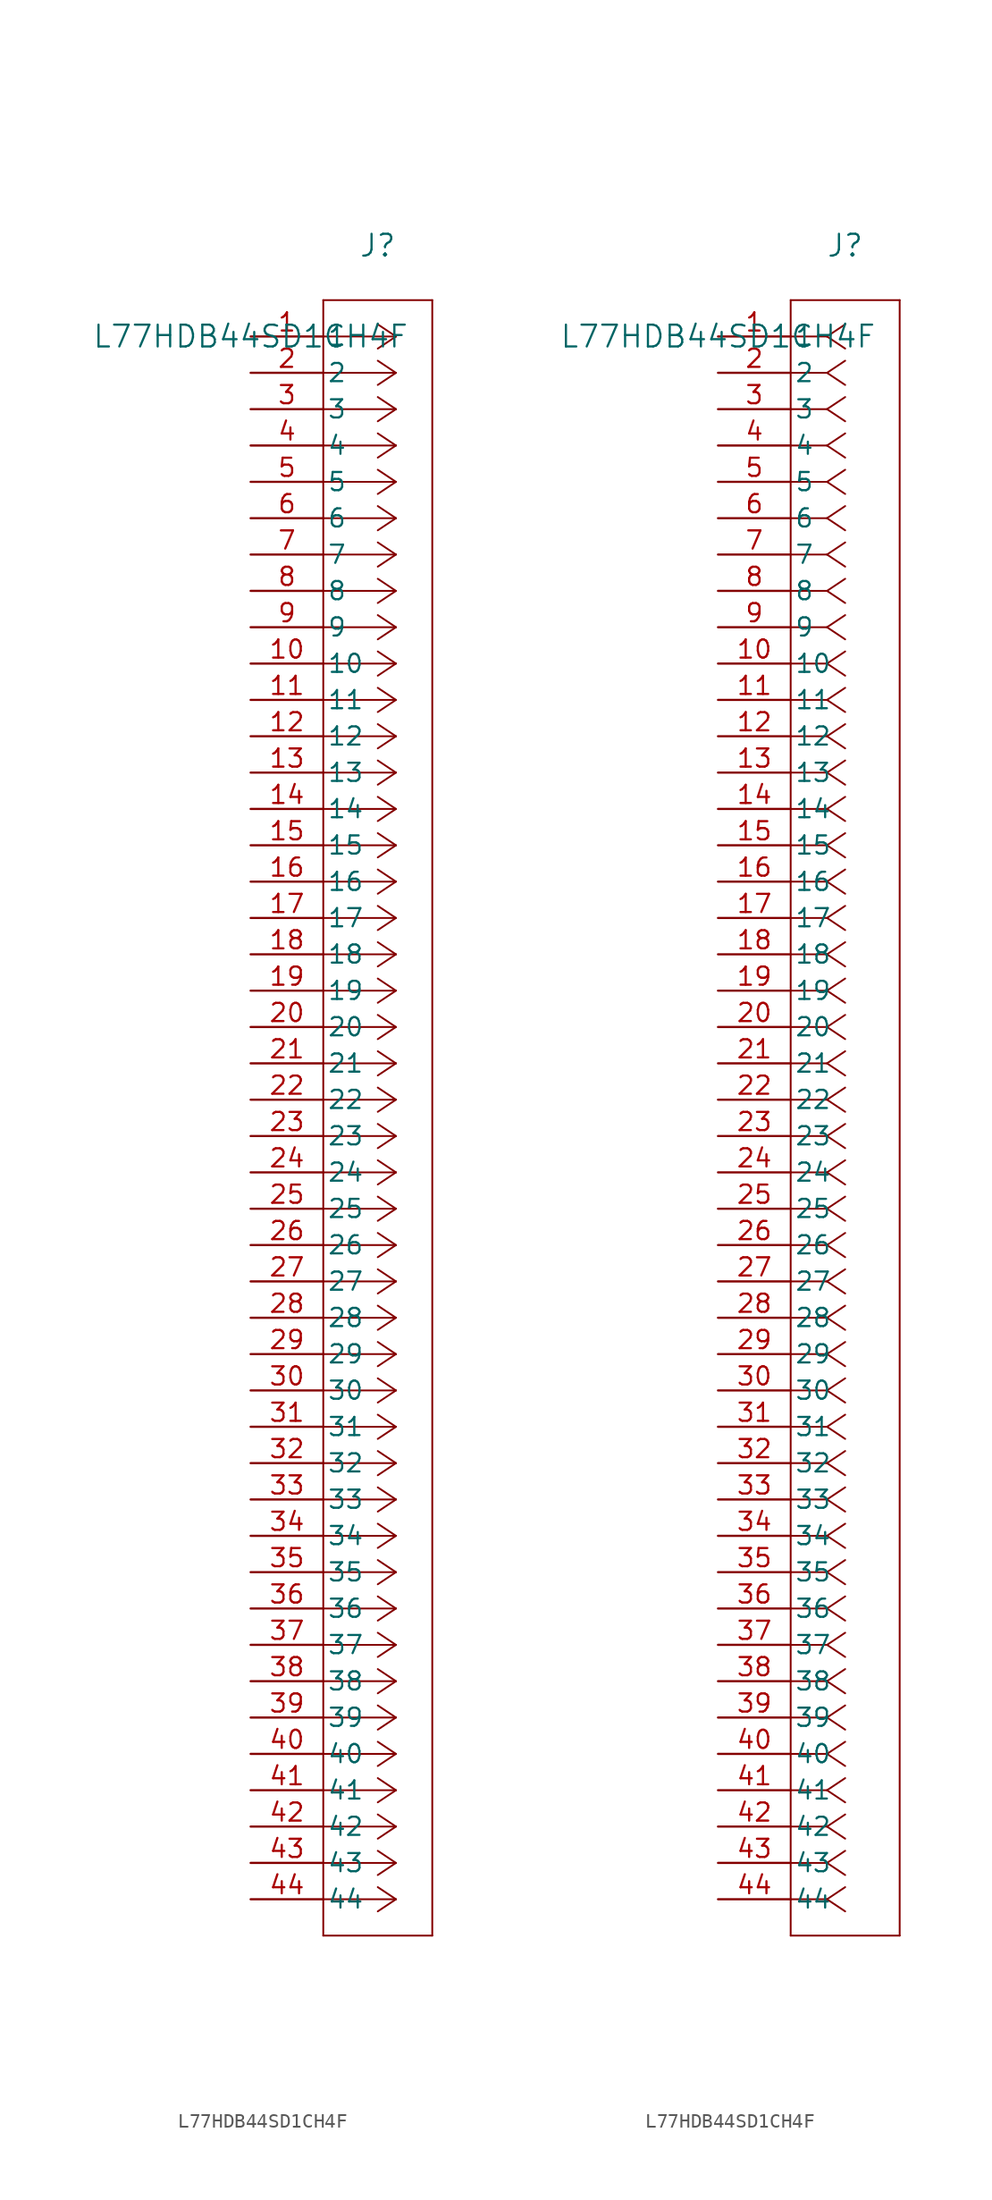
<source format=kicad_sym>
(kicad_symbol_lib
  (version 20211014)
  (generator kicad_symbol_editor)
  (symbol "L77HDB44SD1CH4F"
    (pin_names
      (offset 0.254))
    (property "Reference" "J"
      (at 8.89 6.35 0)
      (effects (font (size 1.524 1.524))))
    (property "Value" "L77HDB44SD1CH4F"
      (at 0 0 0)
      (effects (font (size 1.524 1.524))))
    (symbol "L77HDB44SD1CH4F_1_1"
      (polyline (pts (xy 10.16 0) (xy 5.08 0)) (stroke (width 0.127) (type default) (color 0 0 0 0)) (fill (type none)))
      (polyline (pts (xy 10.16 -2.54) (xy 5.08 -2.54)) (stroke (width 0.127) (type default) (color 0 0 0 0)) (fill (type none)))
      (polyline (pts (xy 10.16 -5.08) (xy 5.08 -5.08)) (stroke (width 0.127) (type default) (color 0 0 0 0)) (fill (type none)))
      (polyline (pts (xy 10.16 -7.62) (xy 5.08 -7.62)) (stroke (width 0.127) (type default) (color 0 0 0 0)) (fill (type none)))
      (polyline (pts (xy 10.16 -10.16) (xy 5.08 -10.16)) (stroke (width 0.127) (type default) (color 0 0 0 0)) (fill (type none)))
      (polyline (pts (xy 10.16 -12.7) (xy 5.08 -12.7)) (stroke (width 0.127) (type default) (color 0 0 0 0)) (fill (type none)))
      (polyline (pts (xy 10.16 -15.24) (xy 5.08 -15.24)) (stroke (width 0.127) (type default) (color 0 0 0 0)) (fill (type none)))
      (polyline (pts (xy 10.16 -17.78) (xy 5.08 -17.78)) (stroke (width 0.127) (type default) (color 0 0 0 0)) (fill (type none)))
      (polyline (pts (xy 10.16 -20.32) (xy 5.08 -20.32)) (stroke (width 0.127) (type default) (color 0 0 0 0)) (fill (type none)))
      (polyline (pts (xy 10.16 -22.86) (xy 5.08 -22.86)) (stroke (width 0.127) (type default) (color 0 0 0 0)) (fill (type none)))
      (polyline (pts (xy 10.16 -25.4) (xy 5.08 -25.4)) (stroke (width 0.127) (type default) (color 0 0 0 0)) (fill (type none)))
      (polyline (pts (xy 10.16 -27.94) (xy 5.08 -27.94)) (stroke (width 0.127) (type default) (color 0 0 0 0)) (fill (type none)))
      (polyline (pts (xy 10.16 -30.48) (xy 5.08 -30.48)) (stroke (width 0.127) (type default) (color 0 0 0 0)) (fill (type none)))
      (polyline (pts (xy 10.16 -33.02) (xy 5.08 -33.02)) (stroke (width 0.127) (type default) (color 0 0 0 0)) (fill (type none)))
      (polyline (pts (xy 10.16 -35.56) (xy 5.08 -35.56)) (stroke (width 0.127) (type default) (color 0 0 0 0)) (fill (type none)))
      (polyline (pts (xy 10.16 -38.1) (xy 5.08 -38.1)) (stroke (width 0.127) (type default) (color 0 0 0 0)) (fill (type none)))
      (polyline (pts (xy 10.16 -40.64) (xy 5.08 -40.64)) (stroke (width 0.127) (type default) (color 0 0 0 0)) (fill (type none)))
      (polyline (pts (xy 10.16 -43.18) (xy 5.08 -43.18)) (stroke (width 0.127) (type default) (color 0 0 0 0)) (fill (type none)))
      (polyline (pts (xy 10.16 -45.72) (xy 5.08 -45.72)) (stroke (width 0.127) (type default) (color 0 0 0 0)) (fill (type none)))
      (polyline (pts (xy 10.16 -48.26) (xy 5.08 -48.26)) (stroke (width 0.127) (type default) (color 0 0 0 0)) (fill (type none)))
      (polyline (pts (xy 10.16 -50.8) (xy 5.08 -50.8)) (stroke (width 0.127) (type default) (color 0 0 0 0)) (fill (type none)))
      (polyline (pts (xy 10.16 -53.34) (xy 5.08 -53.34)) (stroke (width 0.127) (type default) (color 0 0 0 0)) (fill (type none)))
      (polyline (pts (xy 10.16 -55.88) (xy 5.08 -55.88)) (stroke (width 0.127) (type default) (color 0 0 0 0)) (fill (type none)))
      (polyline (pts (xy 10.16 -58.42) (xy 5.08 -58.42)) (stroke (width 0.127) (type default) (color 0 0 0 0)) (fill (type none)))
      (polyline (pts (xy 10.16 -60.96) (xy 5.08 -60.96)) (stroke (width 0.127) (type default) (color 0 0 0 0)) (fill (type none)))
      (polyline (pts (xy 10.16 -63.5) (xy 5.08 -63.5)) (stroke (width 0.127) (type default) (color 0 0 0 0)) (fill (type none)))
      (polyline (pts (xy 10.16 -66.04) (xy 5.08 -66.04)) (stroke (width 0.127) (type default) (color 0 0 0 0)) (fill (type none)))
      (polyline (pts (xy 10.16 -68.58) (xy 5.08 -68.58)) (stroke (width 0.127) (type default) (color 0 0 0 0)) (fill (type none)))
      (polyline (pts (xy 10.16 -71.12) (xy 5.08 -71.12)) (stroke (width 0.127) (type default) (color 0 0 0 0)) (fill (type none)))
      (polyline (pts (xy 10.16 -73.66) (xy 5.08 -73.66)) (stroke (width 0.127) (type default) (color 0 0 0 0)) (fill (type none)))
      (polyline (pts (xy 10.16 -76.2) (xy 5.08 -76.2)) (stroke (width 0.127) (type default) (color 0 0 0 0)) (fill (type none)))
      (polyline (pts (xy 10.16 -78.74) (xy 5.08 -78.74)) (stroke (width 0.127) (type default) (color 0 0 0 0)) (fill (type none)))
      (polyline (pts (xy 10.16 -81.28) (xy 5.08 -81.28)) (stroke (width 0.127) (type default) (color 0 0 0 0)) (fill (type none)))
      (polyline (pts (xy 10.16 -83.82) (xy 5.08 -83.82)) (stroke (width 0.127) (type default) (color 0 0 0 0)) (fill (type none)))
      (polyline (pts (xy 10.16 -86.36) (xy 5.08 -86.36)) (stroke (width 0.127) (type default) (color 0 0 0 0)) (fill (type none)))
      (polyline (pts (xy 10.16 -88.9) (xy 5.08 -88.9)) (stroke (width 0.127) (type default) (color 0 0 0 0)) (fill (type none)))
      (polyline (pts (xy 10.16 -91.44) (xy 5.08 -91.44)) (stroke (width 0.127) (type default) (color 0 0 0 0)) (fill (type none)))
      (polyline (pts (xy 10.16 -93.98) (xy 5.08 -93.98)) (stroke (width 0.127) (type default) (color 0 0 0 0)) (fill (type none)))
      (polyline (pts (xy 10.16 -96.52) (xy 5.08 -96.52)) (stroke (width 0.127) (type default) (color 0 0 0 0)) (fill (type none)))
      (polyline (pts (xy 10.16 -99.06) (xy 5.08 -99.06)) (stroke (width 0.127) (type default) (color 0 0 0 0)) (fill (type none)))
      (polyline (pts (xy 10.16 -101.6) (xy 5.08 -101.6)) (stroke (width 0.127) (type default) (color 0 0 0 0)) (fill (type none)))
      (polyline (pts (xy 10.16 -104.14) (xy 5.08 -104.14)) (stroke (width 0.127) (type default) (color 0 0 0 0)) (fill (type none)))
      (polyline (pts (xy 10.16 -106.68) (xy 5.08 -106.68)) (stroke (width 0.127) (type default) (color 0 0 0 0)) (fill (type none)))
      (polyline (pts (xy 10.16 -109.22) (xy 5.08 -109.22)) (stroke (width 0.127) (type default) (color 0 0 0 0)) (fill (type none)))
      (polyline (pts (xy 10.16 0) (xy 8.89 0.847)) (stroke (width 0.127) (type default) (color 0 0 0 0)) (fill (type none)))
      (polyline (pts (xy 10.16 -2.54) (xy 8.89 -1.693)) (stroke (width 0.127) (type default) (color 0 0 0 0)) (fill (type none)))
      (polyline (pts (xy 10.16 -5.08) (xy 8.89 -4.233)) (stroke (width 0.127) (type default) (color 0 0 0 0)) (fill (type none)))
      (polyline (pts (xy 10.16 -7.62) (xy 8.89 -6.773)) (stroke (width 0.127) (type default) (color 0 0 0 0)) (fill (type none)))
      (polyline (pts (xy 10.16 -10.16) (xy 8.89 -9.313)) (stroke (width 0.127) (type default) (color 0 0 0 0)) (fill (type none)))
      (polyline (pts (xy 10.16 -12.7) (xy 8.89 -11.853)) (stroke (width 0.127) (type default) (color 0 0 0 0)) (fill (type none)))
      (polyline (pts (xy 10.16 -15.24) (xy 8.89 -14.393)) (stroke (width 0.127) (type default) (color 0 0 0 0)) (fill (type none)))
      (polyline (pts (xy 10.16 -17.78) (xy 8.89 -16.933)) (stroke (width 0.127) (type default) (color 0 0 0 0)) (fill (type none)))
      (polyline (pts (xy 10.16 -20.32) (xy 8.89 -19.473)) (stroke (width 0.127) (type default) (color 0 0 0 0)) (fill (type none)))
      (polyline (pts (xy 10.16 -22.86) (xy 8.89 -22.013)) (stroke (width 0.127) (type default) (color 0 0 0 0)) (fill (type none)))
      (polyline (pts (xy 10.16 -25.4) (xy 8.89 -24.553)) (stroke (width 0.127) (type default) (color 0 0 0 0)) (fill (type none)))
      (polyline (pts (xy 10.16 -27.94) (xy 8.89 -27.093)) (stroke (width 0.127) (type default) (color 0 0 0 0)) (fill (type none)))
      (polyline (pts (xy 10.16 -30.48) (xy 8.89 -29.633)) (stroke (width 0.127) (type default) (color 0 0 0 0)) (fill (type none)))
      (polyline (pts (xy 10.16 -33.02) (xy 8.89 -32.173)) (stroke (width 0.127) (type default) (color 0 0 0 0)) (fill (type none)))
      (polyline (pts (xy 10.16 -35.56) (xy 8.89 -34.713)) (stroke (width 0.127) (type default) (color 0 0 0 0)) (fill (type none)))
      (polyline (pts (xy 10.16 -38.1) (xy 8.89 -37.253)) (stroke (width 0.127) (type default) (color 0 0 0 0)) (fill (type none)))
      (polyline (pts (xy 10.16 -40.64) (xy 8.89 -39.793)) (stroke (width 0.127) (type default) (color 0 0 0 0)) (fill (type none)))
      (polyline (pts (xy 10.16 -43.18) (xy 8.89 -42.333)) (stroke (width 0.127) (type default) (color 0 0 0 0)) (fill (type none)))
      (polyline (pts (xy 10.16 -45.72) (xy 8.89 -44.873)) (stroke (width 0.127) (type default) (color 0 0 0 0)) (fill (type none)))
      (polyline (pts (xy 10.16 -48.26) (xy 8.89 -47.413)) (stroke (width 0.127) (type default) (color 0 0 0 0)) (fill (type none)))
      (polyline (pts (xy 10.16 -50.8) (xy 8.89 -49.953)) (stroke (width 0.127) (type default) (color 0 0 0 0)) (fill (type none)))
      (polyline (pts (xy 10.16 -53.34) (xy 8.89 -52.493)) (stroke (width 0.127) (type default) (color 0 0 0 0)) (fill (type none)))
      (polyline (pts (xy 10.16 -55.88) (xy 8.89 -55.033)) (stroke (width 0.127) (type default) (color 0 0 0 0)) (fill (type none)))
      (polyline (pts (xy 10.16 -58.42) (xy 8.89 -57.573)) (stroke (width 0.127) (type default) (color 0 0 0 0)) (fill (type none)))
      (polyline (pts (xy 10.16 -60.96) (xy 8.89 -60.113)) (stroke (width 0.127) (type default) (color 0 0 0 0)) (fill (type none)))
      (polyline (pts (xy 10.16 -63.5) (xy 8.89 -62.653)) (stroke (width 0.127) (type default) (color 0 0 0 0)) (fill (type none)))
      (polyline (pts (xy 10.16 -66.04) (xy 8.89 -65.193)) (stroke (width 0.127) (type default) (color 0 0 0 0)) (fill (type none)))
      (polyline (pts (xy 10.16 -68.58) (xy 8.89 -67.733)) (stroke (width 0.127) (type default) (color 0 0 0 0)) (fill (type none)))
      (polyline (pts (xy 10.16 -71.12) (xy 8.89 -70.273)) (stroke (width 0.127) (type default) (color 0 0 0 0)) (fill (type none)))
      (polyline (pts (xy 10.16 -73.66) (xy 8.89 -72.813)) (stroke (width 0.127) (type default) (color 0 0 0 0)) (fill (type none)))
      (polyline (pts (xy 10.16 -76.2) (xy 8.89 -75.353)) (stroke (width 0.127) (type default) (color 0 0 0 0)) (fill (type none)))
      (polyline (pts (xy 10.16 -78.74) (xy 8.89 -77.893)) (stroke (width 0.127) (type default) (color 0 0 0 0)) (fill (type none)))
      (polyline (pts (xy 10.16 -81.28) (xy 8.89 -80.433)) (stroke (width 0.127) (type default) (color 0 0 0 0)) (fill (type none)))
      (polyline (pts (xy 10.16 -83.82) (xy 8.89 -82.973)) (stroke (width 0.127) (type default) (color 0 0 0 0)) (fill (type none)))
      (polyline (pts (xy 10.16 -86.36) (xy 8.89 -85.513)) (stroke (width 0.127) (type default) (color 0 0 0 0)) (fill (type none)))
      (polyline (pts (xy 10.16 -88.9) (xy 8.89 -88.053)) (stroke (width 0.127) (type default) (color 0 0 0 0)) (fill (type none)))
      (polyline (pts (xy 10.16 -91.44) (xy 8.89 -90.593)) (stroke (width 0.127) (type default) (color 0 0 0 0)) (fill (type none)))
      (polyline (pts (xy 10.16 -93.98) (xy 8.89 -93.133)) (stroke (width 0.127) (type default) (color 0 0 0 0)) (fill (type none)))
      (polyline (pts (xy 10.16 -96.52) (xy 8.89 -95.673)) (stroke (width 0.127) (type default) (color 0 0 0 0)) (fill (type none)))
      (polyline (pts (xy 10.16 -99.06) (xy 8.89 -98.213)) (stroke (width 0.127) (type default) (color 0 0 0 0)) (fill (type none)))
      (polyline (pts (xy 10.16 -101.6) (xy 8.89 -100.753)) (stroke (width 0.127) (type default) (color 0 0 0 0)) (fill (type none)))
      (polyline (pts (xy 10.16 -104.14) (xy 8.89 -103.293)) (stroke (width 0.127) (type default) (color 0 0 0 0)) (fill (type none)))
      (polyline (pts (xy 10.16 -106.68) (xy 8.89 -105.833)) (stroke (width 0.127) (type default) (color 0 0 0 0)) (fill (type none)))
      (polyline (pts (xy 10.16 -109.22) (xy 8.89 -108.373)) (stroke (width 0.127) (type default) (color 0 0 0 0)) (fill (type none)))
      (polyline (pts (xy 10.16 0) (xy 8.89 -0.847)) (stroke (width 0.127) (type default) (color 0 0 0 0)) (fill (type none)))
      (polyline (pts (xy 10.16 -2.54) (xy 8.89 -3.387)) (stroke (width 0.127) (type default) (color 0 0 0 0)) (fill (type none)))
      (polyline (pts (xy 10.16 -5.08) (xy 8.89 -5.927)) (stroke (width 0.127) (type default) (color 0 0 0 0)) (fill (type none)))
      (polyline (pts (xy 10.16 -7.62) (xy 8.89 -8.467)) (stroke (width 0.127) (type default) (color 0 0 0 0)) (fill (type none)))
      (polyline (pts (xy 10.16 -10.16) (xy 8.89 -11.007)) (stroke (width 0.127) (type default) (color 0 0 0 0)) (fill (type none)))
      (polyline (pts (xy 10.16 -12.7) (xy 8.89 -13.547)) (stroke (width 0.127) (type default) (color 0 0 0 0)) (fill (type none)))
      (polyline (pts (xy 10.16 -15.24) (xy 8.89 -16.087)) (stroke (width 0.127) (type default) (color 0 0 0 0)) (fill (type none)))
      (polyline (pts (xy 10.16 -17.78) (xy 8.89 -18.627)) (stroke (width 0.127) (type default) (color 0 0 0 0)) (fill (type none)))
      (polyline (pts (xy 10.16 -20.32) (xy 8.89 -21.167)) (stroke (width 0.127) (type default) (color 0 0 0 0)) (fill (type none)))
      (polyline (pts (xy 10.16 -22.86) (xy 8.89 -23.707)) (stroke (width 0.127) (type default) (color 0 0 0 0)) (fill (type none)))
      (polyline (pts (xy 10.16 -25.4) (xy 8.89 -26.247)) (stroke (width 0.127) (type default) (color 0 0 0 0)) (fill (type none)))
      (polyline (pts (xy 10.16 -27.94) (xy 8.89 -28.787)) (stroke (width 0.127) (type default) (color 0 0 0 0)) (fill (type none)))
      (polyline (pts (xy 10.16 -30.48) (xy 8.89 -31.327)) (stroke (width 0.127) (type default) (color 0 0 0 0)) (fill (type none)))
      (polyline (pts (xy 10.16 -33.02) (xy 8.89 -33.867)) (stroke (width 0.127) (type default) (color 0 0 0 0)) (fill (type none)))
      (polyline (pts (xy 10.16 -35.56) (xy 8.89 -36.407)) (stroke (width 0.127) (type default) (color 0 0 0 0)) (fill (type none)))
      (polyline (pts (xy 10.16 -38.1) (xy 8.89 -38.947)) (stroke (width 0.127) (type default) (color 0 0 0 0)) (fill (type none)))
      (polyline (pts (xy 10.16 -40.64) (xy 8.89 -41.487)) (stroke (width 0.127) (type default) (color 0 0 0 0)) (fill (type none)))
      (polyline (pts (xy 10.16 -43.18) (xy 8.89 -44.027)) (stroke (width 0.127) (type default) (color 0 0 0 0)) (fill (type none)))
      (polyline (pts (xy 10.16 -45.72) (xy 8.89 -46.567)) (stroke (width 0.127) (type default) (color 0 0 0 0)) (fill (type none)))
      (polyline (pts (xy 10.16 -48.26) (xy 8.89 -49.107)) (stroke (width 0.127) (type default) (color 0 0 0 0)) (fill (type none)))
      (polyline (pts (xy 10.16 -50.8) (xy 8.89 -51.647)) (stroke (width 0.127) (type default) (color 0 0 0 0)) (fill (type none)))
      (polyline (pts (xy 10.16 -53.34) (xy 8.89 -54.187)) (stroke (width 0.127) (type default) (color 0 0 0 0)) (fill (type none)))
      (polyline (pts (xy 10.16 -55.88) (xy 8.89 -56.727)) (stroke (width 0.127) (type default) (color 0 0 0 0)) (fill (type none)))
      (polyline (pts (xy 10.16 -58.42) (xy 8.89 -59.267)) (stroke (width 0.127) (type default) (color 0 0 0 0)) (fill (type none)))
      (polyline (pts (xy 10.16 -60.96) (xy 8.89 -61.807)) (stroke (width 0.127) (type default) (color 0 0 0 0)) (fill (type none)))
      (polyline (pts (xy 10.16 -63.5) (xy 8.89 -64.347)) (stroke (width 0.127) (type default) (color 0 0 0 0)) (fill (type none)))
      (polyline (pts (xy 10.16 -66.04) (xy 8.89 -66.887)) (stroke (width 0.127) (type default) (color 0 0 0 0)) (fill (type none)))
      (polyline (pts (xy 10.16 -68.58) (xy 8.89 -69.427)) (stroke (width 0.127) (type default) (color 0 0 0 0)) (fill (type none)))
      (polyline (pts (xy 10.16 -71.12) (xy 8.89 -71.967)) (stroke (width 0.127) (type default) (color 0 0 0 0)) (fill (type none)))
      (polyline (pts (xy 10.16 -73.66) (xy 8.89 -74.507)) (stroke (width 0.127) (type default) (color 0 0 0 0)) (fill (type none)))
      (polyline (pts (xy 10.16 -76.2) (xy 8.89 -77.047)) (stroke (width 0.127) (type default) (color 0 0 0 0)) (fill (type none)))
      (polyline (pts (xy 10.16 -78.74) (xy 8.89 -79.587)) (stroke (width 0.127) (type default) (color 0 0 0 0)) (fill (type none)))
      (polyline (pts (xy 10.16 -81.28) (xy 8.89 -82.127)) (stroke (width 0.127) (type default) (color 0 0 0 0)) (fill (type none)))
      (polyline (pts (xy 10.16 -83.82) (xy 8.89 -84.667)) (stroke (width 0.127) (type default) (color 0 0 0 0)) (fill (type none)))
      (polyline (pts (xy 10.16 -86.36) (xy 8.89 -87.207)) (stroke (width 0.127) (type default) (color 0 0 0 0)) (fill (type none)))
      (polyline (pts (xy 10.16 -88.9) (xy 8.89 -89.747)) (stroke (width 0.127) (type default) (color 0 0 0 0)) (fill (type none)))
      (polyline (pts (xy 10.16 -91.44) (xy 8.89 -92.287)) (stroke (width 0.127) (type default) (color 0 0 0 0)) (fill (type none)))
      (polyline (pts (xy 10.16 -93.98) (xy 8.89 -94.827)) (stroke (width 0.127) (type default) (color 0 0 0 0)) (fill (type none)))
      (polyline (pts (xy 10.16 -96.52) (xy 8.89 -97.367)) (stroke (width 0.127) (type default) (color 0 0 0 0)) (fill (type none)))
      (polyline (pts (xy 10.16 -99.06) (xy 8.89 -99.907)) (stroke (width 0.127) (type default) (color 0 0 0 0)) (fill (type none)))
      (polyline (pts (xy 10.16 -101.6) (xy 8.89 -102.447)) (stroke (width 0.127) (type default) (color 0 0 0 0)) (fill (type none)))
      (polyline (pts (xy 10.16 -104.14) (xy 8.89 -104.987)) (stroke (width 0.127) (type default) (color 0 0 0 0)) (fill (type none)))
      (polyline (pts (xy 10.16 -106.68) (xy 8.89 -107.527)) (stroke (width 0.127) (type default) (color 0 0 0 0)) (fill (type none)))
      (polyline (pts (xy 10.16 -109.22) (xy 8.89 -110.067)) (stroke (width 0.127) (type default) (color 0 0 0 0)) (fill (type none)))
      (polyline (pts (xy 5.08 2.54) (xy 5.08 -111.76)) (stroke (width 0.127) (type default) (color 0 0 0 0)) (fill (type none)))
      (polyline (pts (xy 5.08 -111.76) (xy 12.7 -111.76)) (stroke (width 0.127) (type default) (color 0 0 0 0)) (fill (type none)))
      (polyline (pts (xy 12.7 -111.76) (xy 12.7 2.54)) (stroke (width 0.127) (type default) (color 0 0 0 0)) (fill (type none)))
      (polyline (pts (xy 12.7 2.54) (xy 5.08 2.54)) (stroke (width 0.127) (type default) (color 0 0 0 0)) (fill (type none)))
      (pin unspecified line (at 0 0 0) (length 5.08) (name "1" (effects (font (size 1.27 1.27)))) (number "1" (effects (font (size 1.27 1.27)))))
      (pin unspecified line (at 0 -2.54 0) (length 5.08) (name "2" (effects (font (size 1.27 1.27)))) (number "2" (effects (font (size 1.27 1.27)))))
      (pin unspecified line (at 0 -5.08 0) (length 5.08) (name "3" (effects (font (size 1.27 1.27)))) (number "3" (effects (font (size 1.27 1.27)))))
      (pin unspecified line (at 0 -7.62 0) (length 5.08) (name "4" (effects (font (size 1.27 1.27)))) (number "4" (effects (font (size 1.27 1.27)))))
      (pin unspecified line (at 0 -10.16 0) (length 5.08) (name "5" (effects (font (size 1.27 1.27)))) (number "5" (effects (font (size 1.27 1.27)))))
      (pin unspecified line (at 0 -12.7 0) (length 5.08) (name "6" (effects (font (size 1.27 1.27)))) (number "6" (effects (font (size 1.27 1.27)))))
      (pin unspecified line (at 0 -15.24 0) (length 5.08) (name "7" (effects (font (size 1.27 1.27)))) (number "7" (effects (font (size 1.27 1.27)))))
      (pin unspecified line (at 0 -17.78 0) (length 5.08) (name "8" (effects (font (size 1.27 1.27)))) (number "8" (effects (font (size 1.27 1.27)))))
      (pin unspecified line (at 0 -20.32 0) (length 5.08) (name "9" (effects (font (size 1.27 1.27)))) (number "9" (effects (font (size 1.27 1.27)))))
      (pin unspecified line (at 0 -22.86 0) (length 5.08) (name "10" (effects (font (size 1.27 1.27)))) (number "10" (effects (font (size 1.27 1.27)))))
      (pin unspecified line (at 0 -25.4 0) (length 5.08) (name "11" (effects (font (size 1.27 1.27)))) (number "11" (effects (font (size 1.27 1.27)))))
      (pin unspecified line (at 0 -27.94 0) (length 5.08) (name "12" (effects (font (size 1.27 1.27)))) (number "12" (effects (font (size 1.27 1.27)))))
      (pin unspecified line (at 0 -30.48 0) (length 5.08) (name "13" (effects (font (size 1.27 1.27)))) (number "13" (effects (font (size 1.27 1.27)))))
      (pin unspecified line (at 0 -33.02 0) (length 5.08) (name "14" (effects (font (size 1.27 1.27)))) (number "14" (effects (font (size 1.27 1.27)))))
      (pin unspecified line (at 0 -35.56 0) (length 5.08) (name "15" (effects (font (size 1.27 1.27)))) (number "15" (effects (font (size 1.27 1.27)))))
      (pin unspecified line (at 0 -38.1 0) (length 5.08) (name "16" (effects (font (size 1.27 1.27)))) (number "16" (effects (font (size 1.27 1.27)))))
      (pin unspecified line (at 0 -40.64 0) (length 5.08) (name "17" (effects (font (size 1.27 1.27)))) (number "17" (effects (font (size 1.27 1.27)))))
      (pin unspecified line (at 0 -43.18 0) (length 5.08) (name "18" (effects (font (size 1.27 1.27)))) (number "18" (effects (font (size 1.27 1.27)))))
      (pin unspecified line (at 0 -45.72 0) (length 5.08) (name "19" (effects (font (size 1.27 1.27)))) (number "19" (effects (font (size 1.27 1.27)))))
      (pin unspecified line (at 0 -48.26 0) (length 5.08) (name "20" (effects (font (size 1.27 1.27)))) (number "20" (effects (font (size 1.27 1.27)))))
      (pin unspecified line (at 0 -50.8 0) (length 5.08) (name "21" (effects (font (size 1.27 1.27)))) (number "21" (effects (font (size 1.27 1.27)))))
      (pin unspecified line (at 0 -53.34 0) (length 5.08) (name "22" (effects (font (size 1.27 1.27)))) (number "22" (effects (font (size 1.27 1.27)))))
      (pin unspecified line (at 0 -55.88 0) (length 5.08) (name "23" (effects (font (size 1.27 1.27)))) (number "23" (effects (font (size 1.27 1.27)))))
      (pin unspecified line (at 0 -58.42 0) (length 5.08) (name "24" (effects (font (size 1.27 1.27)))) (number "24" (effects (font (size 1.27 1.27)))))
      (pin unspecified line (at 0 -60.96 0) (length 5.08) (name "25" (effects (font (size 1.27 1.27)))) (number "25" (effects (font (size 1.27 1.27)))))
      (pin unspecified line (at 0 -63.5 0) (length 5.08) (name "26" (effects (font (size 1.27 1.27)))) (number "26" (effects (font (size 1.27 1.27)))))
      (pin unspecified line (at 0 -66.04 0) (length 5.08) (name "27" (effects (font (size 1.27 1.27)))) (number "27" (effects (font (size 1.27 1.27)))))
      (pin unspecified line (at 0 -68.58 0) (length 5.08) (name "28" (effects (font (size 1.27 1.27)))) (number "28" (effects (font (size 1.27 1.27)))))
      (pin unspecified line (at 0 -71.12 0) (length 5.08) (name "29" (effects (font (size 1.27 1.27)))) (number "29" (effects (font (size 1.27 1.27)))))
      (pin unspecified line (at 0 -73.66 0) (length 5.08) (name "30" (effects (font (size 1.27 1.27)))) (number "30" (effects (font (size 1.27 1.27)))))
      (pin unspecified line (at 0 -76.2 0) (length 5.08) (name "31" (effects (font (size 1.27 1.27)))) (number "31" (effects (font (size 1.27 1.27)))))
      (pin unspecified line (at 0 -78.74 0) (length 5.08) (name "32" (effects (font (size 1.27 1.27)))) (number "32" (effects (font (size 1.27 1.27)))))
      (pin unspecified line (at 0 -81.28 0) (length 5.08) (name "33" (effects (font (size 1.27 1.27)))) (number "33" (effects (font (size 1.27 1.27)))))
      (pin unspecified line (at 0 -83.82 0) (length 5.08) (name "34" (effects (font (size 1.27 1.27)))) (number "34" (effects (font (size 1.27 1.27)))))
      (pin unspecified line (at 0 -86.36 0) (length 5.08) (name "35" (effects (font (size 1.27 1.27)))) (number "35" (effects (font (size 1.27 1.27)))))
      (pin unspecified line (at 0 -88.9 0) (length 5.08) (name "36" (effects (font (size 1.27 1.27)))) (number "36" (effects (font (size 1.27 1.27)))))
      (pin unspecified line (at 0 -91.44 0) (length 5.08) (name "37" (effects (font (size 1.27 1.27)))) (number "37" (effects (font (size 1.27 1.27)))))
      (pin unspecified line (at 0 -93.98 0) (length 5.08) (name "38" (effects (font (size 1.27 1.27)))) (number "38" (effects (font (size 1.27 1.27)))))
      (pin unspecified line (at 0 -96.52 0) (length 5.08) (name "39" (effects (font (size 1.27 1.27)))) (number "39" (effects (font (size 1.27 1.27)))))
      (pin unspecified line (at 0 -99.06 0) (length 5.08) (name "40" (effects (font (size 1.27 1.27)))) (number "40" (effects (font (size 1.27 1.27)))))
      (pin unspecified line (at 0 -101.6 0) (length 5.08) (name "41" (effects (font (size 1.27 1.27)))) (number "41" (effects (font (size 1.27 1.27)))))
      (pin unspecified line (at 0 -104.14 0) (length 5.08) (name "42" (effects (font (size 1.27 1.27)))) (number "42" (effects (font (size 1.27 1.27)))))
      (pin unspecified line (at 0 -106.68 0) (length 5.08) (name "43" (effects (font (size 1.27 1.27)))) (number "43" (effects (font (size 1.27 1.27)))))
      (pin unspecified line (at 0 -109.22 0) (length 5.08) (name "44" (effects (font (size 1.27 1.27)))) (number "44" (effects (font (size 1.27 1.27))))))
    (symbol "L77HDB44SD1CH4F_1_2"
      (polyline (pts (xy 7.62 0) (xy 5.08 0)) (stroke (width 0.127) (type default) (color 0 0 0 0)) (fill (type none)))
      (polyline (pts (xy 7.62 -2.54) (xy 5.08 -2.54)) (stroke (width 0.127) (type default) (color 0 0 0 0)) (fill (type none)))
      (polyline (pts (xy 7.62 -5.08) (xy 5.08 -5.08)) (stroke (width 0.127) (type default) (color 0 0 0 0)) (fill (type none)))
      (polyline (pts (xy 7.62 -7.62) (xy 5.08 -7.62)) (stroke (width 0.127) (type default) (color 0 0 0 0)) (fill (type none)))
      (polyline (pts (xy 7.62 -10.16) (xy 5.08 -10.16)) (stroke (width 0.127) (type default) (color 0 0 0 0)) (fill (type none)))
      (polyline (pts (xy 7.62 -12.7) (xy 5.08 -12.7)) (stroke (width 0.127) (type default) (color 0 0 0 0)) (fill (type none)))
      (polyline (pts (xy 7.62 -15.24) (xy 5.08 -15.24)) (stroke (width 0.127) (type default) (color 0 0 0 0)) (fill (type none)))
      (polyline (pts (xy 7.62 -17.78) (xy 5.08 -17.78)) (stroke (width 0.127) (type default) (color 0 0 0 0)) (fill (type none)))
      (polyline (pts (xy 7.62 -20.32) (xy 5.08 -20.32)) (stroke (width 0.127) (type default) (color 0 0 0 0)) (fill (type none)))
      (polyline (pts (xy 7.62 -22.86) (xy 5.08 -22.86)) (stroke (width 0.127) (type default) (color 0 0 0 0)) (fill (type none)))
      (polyline (pts (xy 7.62 -25.4) (xy 5.08 -25.4)) (stroke (width 0.127) (type default) (color 0 0 0 0)) (fill (type none)))
      (polyline (pts (xy 7.62 -27.94) (xy 5.08 -27.94)) (stroke (width 0.127) (type default) (color 0 0 0 0)) (fill (type none)))
      (polyline (pts (xy 7.62 -30.48) (xy 5.08 -30.48)) (stroke (width 0.127) (type default) (color 0 0 0 0)) (fill (type none)))
      (polyline (pts (xy 7.62 -33.02) (xy 5.08 -33.02)) (stroke (width 0.127) (type default) (color 0 0 0 0)) (fill (type none)))
      (polyline (pts (xy 7.62 -35.56) (xy 5.08 -35.56)) (stroke (width 0.127) (type default) (color 0 0 0 0)) (fill (type none)))
      (polyline (pts (xy 7.62 -38.1) (xy 5.08 -38.1)) (stroke (width 0.127) (type default) (color 0 0 0 0)) (fill (type none)))
      (polyline (pts (xy 7.62 -40.64) (xy 5.08 -40.64)) (stroke (width 0.127) (type default) (color 0 0 0 0)) (fill (type none)))
      (polyline (pts (xy 7.62 -43.18) (xy 5.08 -43.18)) (stroke (width 0.127) (type default) (color 0 0 0 0)) (fill (type none)))
      (polyline (pts (xy 7.62 -45.72) (xy 5.08 -45.72)) (stroke (width 0.127) (type default) (color 0 0 0 0)) (fill (type none)))
      (polyline (pts (xy 7.62 -48.26) (xy 5.08 -48.26)) (stroke (width 0.127) (type default) (color 0 0 0 0)) (fill (type none)))
      (polyline (pts (xy 7.62 -50.8) (xy 5.08 -50.8)) (stroke (width 0.127) (type default) (color 0 0 0 0)) (fill (type none)))
      (polyline (pts (xy 7.62 -53.34) (xy 5.08 -53.34)) (stroke (width 0.127) (type default) (color 0 0 0 0)) (fill (type none)))
      (polyline (pts (xy 7.62 -55.88) (xy 5.08 -55.88)) (stroke (width 0.127) (type default) (color 0 0 0 0)) (fill (type none)))
      (polyline (pts (xy 7.62 -58.42) (xy 5.08 -58.42)) (stroke (width 0.127) (type default) (color 0 0 0 0)) (fill (type none)))
      (polyline (pts (xy 7.62 -60.96) (xy 5.08 -60.96)) (stroke (width 0.127) (type default) (color 0 0 0 0)) (fill (type none)))
      (polyline (pts (xy 7.62 -63.5) (xy 5.08 -63.5)) (stroke (width 0.127) (type default) (color 0 0 0 0)) (fill (type none)))
      (polyline (pts (xy 7.62 -66.04) (xy 5.08 -66.04)) (stroke (width 0.127) (type default) (color 0 0 0 0)) (fill (type none)))
      (polyline (pts (xy 7.62 -68.58) (xy 5.08 -68.58)) (stroke (width 0.127) (type default) (color 0 0 0 0)) (fill (type none)))
      (polyline (pts (xy 7.62 -71.12) (xy 5.08 -71.12)) (stroke (width 0.127) (type default) (color 0 0 0 0)) (fill (type none)))
      (polyline (pts (xy 7.62 -73.66) (xy 5.08 -73.66)) (stroke (width 0.127) (type default) (color 0 0 0 0)) (fill (type none)))
      (polyline (pts (xy 7.62 -76.2) (xy 5.08 -76.2)) (stroke (width 0.127) (type default) (color 0 0 0 0)) (fill (type none)))
      (polyline (pts (xy 7.62 -78.74) (xy 5.08 -78.74)) (stroke (width 0.127) (type default) (color 0 0 0 0)) (fill (type none)))
      (polyline (pts (xy 7.62 -81.28) (xy 5.08 -81.28)) (stroke (width 0.127) (type default) (color 0 0 0 0)) (fill (type none)))
      (polyline (pts (xy 7.62 -83.82) (xy 5.08 -83.82)) (stroke (width 0.127) (type default) (color 0 0 0 0)) (fill (type none)))
      (polyline (pts (xy 7.62 -86.36) (xy 5.08 -86.36)) (stroke (width 0.127) (type default) (color 0 0 0 0)) (fill (type none)))
      (polyline (pts (xy 7.62 -88.9) (xy 5.08 -88.9)) (stroke (width 0.127) (type default) (color 0 0 0 0)) (fill (type none)))
      (polyline (pts (xy 7.62 -91.44) (xy 5.08 -91.44)) (stroke (width 0.127) (type default) (color 0 0 0 0)) (fill (type none)))
      (polyline (pts (xy 7.62 -93.98) (xy 5.08 -93.98)) (stroke (width 0.127) (type default) (color 0 0 0 0)) (fill (type none)))
      (polyline (pts (xy 7.62 -96.52) (xy 5.08 -96.52)) (stroke (width 0.127) (type default) (color 0 0 0 0)) (fill (type none)))
      (polyline (pts (xy 7.62 -99.06) (xy 5.08 -99.06)) (stroke (width 0.127) (type default) (color 0 0 0 0)) (fill (type none)))
      (polyline (pts (xy 7.62 -101.6) (xy 5.08 -101.6)) (stroke (width 0.127) (type default) (color 0 0 0 0)) (fill (type none)))
      (polyline (pts (xy 7.62 -104.14) (xy 5.08 -104.14)) (stroke (width 0.127) (type default) (color 0 0 0 0)) (fill (type none)))
      (polyline (pts (xy 7.62 -106.68) (xy 5.08 -106.68)) (stroke (width 0.127) (type default) (color 0 0 0 0)) (fill (type none)))
      (polyline (pts (xy 7.62 -109.22) (xy 5.08 -109.22)) (stroke (width 0.127) (type default) (color 0 0 0 0)) (fill (type none)))
      (polyline (pts (xy 7.62 0) (xy 8.89 0.847)) (stroke (width 0.127) (type default) (color 0 0 0 0)) (fill (type none)))
      (polyline (pts (xy 7.62 -2.54) (xy 8.89 -1.693)) (stroke (width 0.127) (type default) (color 0 0 0 0)) (fill (type none)))
      (polyline (pts (xy 7.62 -5.08) (xy 8.89 -4.233)) (stroke (width 0.127) (type default) (color 0 0 0 0)) (fill (type none)))
      (polyline (pts (xy 7.62 -7.62) (xy 8.89 -6.773)) (stroke (width 0.127) (type default) (color 0 0 0 0)) (fill (type none)))
      (polyline (pts (xy 7.62 -10.16) (xy 8.89 -9.313)) (stroke (width 0.127) (type default) (color 0 0 0 0)) (fill (type none)))
      (polyline (pts (xy 7.62 -12.7) (xy 8.89 -11.853)) (stroke (width 0.127) (type default) (color 0 0 0 0)) (fill (type none)))
      (polyline (pts (xy 7.62 -15.24) (xy 8.89 -14.393)) (stroke (width 0.127) (type default) (color 0 0 0 0)) (fill (type none)))
      (polyline (pts (xy 7.62 -17.78) (xy 8.89 -16.933)) (stroke (width 0.127) (type default) (color 0 0 0 0)) (fill (type none)))
      (polyline (pts (xy 7.62 -20.32) (xy 8.89 -19.473)) (stroke (width 0.127) (type default) (color 0 0 0 0)) (fill (type none)))
      (polyline (pts (xy 7.62 -22.86) (xy 8.89 -22.013)) (stroke (width 0.127) (type default) (color 0 0 0 0)) (fill (type none)))
      (polyline (pts (xy 7.62 -25.4) (xy 8.89 -24.553)) (stroke (width 0.127) (type default) (color 0 0 0 0)) (fill (type none)))
      (polyline (pts (xy 7.62 -27.94) (xy 8.89 -27.093)) (stroke (width 0.127) (type default) (color 0 0 0 0)) (fill (type none)))
      (polyline (pts (xy 7.62 -30.48) (xy 8.89 -29.633)) (stroke (width 0.127) (type default) (color 0 0 0 0)) (fill (type none)))
      (polyline (pts (xy 7.62 -33.02) (xy 8.89 -32.173)) (stroke (width 0.127) (type default) (color 0 0 0 0)) (fill (type none)))
      (polyline (pts (xy 7.62 -35.56) (xy 8.89 -34.713)) (stroke (width 0.127) (type default) (color 0 0 0 0)) (fill (type none)))
      (polyline (pts (xy 7.62 -38.1) (xy 8.89 -37.253)) (stroke (width 0.127) (type default) (color 0 0 0 0)) (fill (type none)))
      (polyline (pts (xy 7.62 -40.64) (xy 8.89 -39.793)) (stroke (width 0.127) (type default) (color 0 0 0 0)) (fill (type none)))
      (polyline (pts (xy 7.62 -43.18) (xy 8.89 -42.333)) (stroke (width 0.127) (type default) (color 0 0 0 0)) (fill (type none)))
      (polyline (pts (xy 7.62 -45.72) (xy 8.89 -44.873)) (stroke (width 0.127) (type default) (color 0 0 0 0)) (fill (type none)))
      (polyline (pts (xy 7.62 -48.26) (xy 8.89 -47.413)) (stroke (width 0.127) (type default) (color 0 0 0 0)) (fill (type none)))
      (polyline (pts (xy 7.62 -50.8) (xy 8.89 -49.953)) (stroke (width 0.127) (type default) (color 0 0 0 0)) (fill (type none)))
      (polyline (pts (xy 7.62 -53.34) (xy 8.89 -52.493)) (stroke (width 0.127) (type default) (color 0 0 0 0)) (fill (type none)))
      (polyline (pts (xy 7.62 -55.88) (xy 8.89 -55.033)) (stroke (width 0.127) (type default) (color 0 0 0 0)) (fill (type none)))
      (polyline (pts (xy 7.62 -58.42) (xy 8.89 -57.573)) (stroke (width 0.127) (type default) (color 0 0 0 0)) (fill (type none)))
      (polyline (pts (xy 7.62 -60.96) (xy 8.89 -60.113)) (stroke (width 0.127) (type default) (color 0 0 0 0)) (fill (type none)))
      (polyline (pts (xy 7.62 -63.5) (xy 8.89 -62.653)) (stroke (width 0.127) (type default) (color 0 0 0 0)) (fill (type none)))
      (polyline (pts (xy 7.62 -66.04) (xy 8.89 -65.193)) (stroke (width 0.127) (type default) (color 0 0 0 0)) (fill (type none)))
      (polyline (pts (xy 7.62 -68.58) (xy 8.89 -67.733)) (stroke (width 0.127) (type default) (color 0 0 0 0)) (fill (type none)))
      (polyline (pts (xy 7.62 -71.12) (xy 8.89 -70.273)) (stroke (width 0.127) (type default) (color 0 0 0 0)) (fill (type none)))
      (polyline (pts (xy 7.62 -73.66) (xy 8.89 -72.813)) (stroke (width 0.127) (type default) (color 0 0 0 0)) (fill (type none)))
      (polyline (pts (xy 7.62 -76.2) (xy 8.89 -75.353)) (stroke (width 0.127) (type default) (color 0 0 0 0)) (fill (type none)))
      (polyline (pts (xy 7.62 -78.74) (xy 8.89 -77.893)) (stroke (width 0.127) (type default) (color 0 0 0 0)) (fill (type none)))
      (polyline (pts (xy 7.62 -81.28) (xy 8.89 -80.433)) (stroke (width 0.127) (type default) (color 0 0 0 0)) (fill (type none)))
      (polyline (pts (xy 7.62 -83.82) (xy 8.89 -82.973)) (stroke (width 0.127) (type default) (color 0 0 0 0)) (fill (type none)))
      (polyline (pts (xy 7.62 -86.36) (xy 8.89 -85.513)) (stroke (width 0.127) (type default) (color 0 0 0 0)) (fill (type none)))
      (polyline (pts (xy 7.62 -88.9) (xy 8.89 -88.053)) (stroke (width 0.127) (type default) (color 0 0 0 0)) (fill (type none)))
      (polyline (pts (xy 7.62 -91.44) (xy 8.89 -90.593)) (stroke (width 0.127) (type default) (color 0 0 0 0)) (fill (type none)))
      (polyline (pts (xy 7.62 -93.98) (xy 8.89 -93.133)) (stroke (width 0.127) (type default) (color 0 0 0 0)) (fill (type none)))
      (polyline (pts (xy 7.62 -96.52) (xy 8.89 -95.673)) (stroke (width 0.127) (type default) (color 0 0 0 0)) (fill (type none)))
      (polyline (pts (xy 7.62 -99.06) (xy 8.89 -98.213)) (stroke (width 0.127) (type default) (color 0 0 0 0)) (fill (type none)))
      (polyline (pts (xy 7.62 -101.6) (xy 8.89 -100.753)) (stroke (width 0.127) (type default) (color 0 0 0 0)) (fill (type none)))
      (polyline (pts (xy 7.62 -104.14) (xy 8.89 -103.293)) (stroke (width 0.127) (type default) (color 0 0 0 0)) (fill (type none)))
      (polyline (pts (xy 7.62 -106.68) (xy 8.89 -105.833)) (stroke (width 0.127) (type default) (color 0 0 0 0)) (fill (type none)))
      (polyline (pts (xy 7.62 -109.22) (xy 8.89 -108.373)) (stroke (width 0.127) (type default) (color 0 0 0 0)) (fill (type none)))
      (polyline (pts (xy 7.62 0) (xy 8.89 -0.847)) (stroke (width 0.127) (type default) (color 0 0 0 0)) (fill (type none)))
      (polyline (pts (xy 7.62 -2.54) (xy 8.89 -3.387)) (stroke (width 0.127) (type default) (color 0 0 0 0)) (fill (type none)))
      (polyline (pts (xy 7.62 -5.08) (xy 8.89 -5.927)) (stroke (width 0.127) (type default) (color 0 0 0 0)) (fill (type none)))
      (polyline (pts (xy 7.62 -7.62) (xy 8.89 -8.467)) (stroke (width 0.127) (type default) (color 0 0 0 0)) (fill (type none)))
      (polyline (pts (xy 7.62 -10.16) (xy 8.89 -11.007)) (stroke (width 0.127) (type default) (color 0 0 0 0)) (fill (type none)))
      (polyline (pts (xy 7.62 -12.7) (xy 8.89 -13.547)) (stroke (width 0.127) (type default) (color 0 0 0 0)) (fill (type none)))
      (polyline (pts (xy 7.62 -15.24) (xy 8.89 -16.087)) (stroke (width 0.127) (type default) (color 0 0 0 0)) (fill (type none)))
      (polyline (pts (xy 7.62 -17.78) (xy 8.89 -18.627)) (stroke (width 0.127) (type default) (color 0 0 0 0)) (fill (type none)))
      (polyline (pts (xy 7.62 -20.32) (xy 8.89 -21.167)) (stroke (width 0.127) (type default) (color 0 0 0 0)) (fill (type none)))
      (polyline (pts (xy 7.62 -22.86) (xy 8.89 -23.707)) (stroke (width 0.127) (type default) (color 0 0 0 0)) (fill (type none)))
      (polyline (pts (xy 7.62 -25.4) (xy 8.89 -26.247)) (stroke (width 0.127) (type default) (color 0 0 0 0)) (fill (type none)))
      (polyline (pts (xy 7.62 -27.94) (xy 8.89 -28.787)) (stroke (width 0.127) (type default) (color 0 0 0 0)) (fill (type none)))
      (polyline (pts (xy 7.62 -30.48) (xy 8.89 -31.327)) (stroke (width 0.127) (type default) (color 0 0 0 0)) (fill (type none)))
      (polyline (pts (xy 7.62 -33.02) (xy 8.89 -33.867)) (stroke (width 0.127) (type default) (color 0 0 0 0)) (fill (type none)))
      (polyline (pts (xy 7.62 -35.56) (xy 8.89 -36.407)) (stroke (width 0.127) (type default) (color 0 0 0 0)) (fill (type none)))
      (polyline (pts (xy 7.62 -38.1) (xy 8.89 -38.947)) (stroke (width 0.127) (type default) (color 0 0 0 0)) (fill (type none)))
      (polyline (pts (xy 7.62 -40.64) (xy 8.89 -41.487)) (stroke (width 0.127) (type default) (color 0 0 0 0)) (fill (type none)))
      (polyline (pts (xy 7.62 -43.18) (xy 8.89 -44.027)) (stroke (width 0.127) (type default) (color 0 0 0 0)) (fill (type none)))
      (polyline (pts (xy 7.62 -45.72) (xy 8.89 -46.567)) (stroke (width 0.127) (type default) (color 0 0 0 0)) (fill (type none)))
      (polyline (pts (xy 7.62 -48.26) (xy 8.89 -49.107)) (stroke (width 0.127) (type default) (color 0 0 0 0)) (fill (type none)))
      (polyline (pts (xy 7.62 -50.8) (xy 8.89 -51.647)) (stroke (width 0.127) (type default) (color 0 0 0 0)) (fill (type none)))
      (polyline (pts (xy 7.62 -53.34) (xy 8.89 -54.187)) (stroke (width 0.127) (type default) (color 0 0 0 0)) (fill (type none)))
      (polyline (pts (xy 7.62 -55.88) (xy 8.89 -56.727)) (stroke (width 0.127) (type default) (color 0 0 0 0)) (fill (type none)))
      (polyline (pts (xy 7.62 -58.42) (xy 8.89 -59.267)) (stroke (width 0.127) (type default) (color 0 0 0 0)) (fill (type none)))
      (polyline (pts (xy 7.62 -60.96) (xy 8.89 -61.807)) (stroke (width 0.127) (type default) (color 0 0 0 0)) (fill (type none)))
      (polyline (pts (xy 7.62 -63.5) (xy 8.89 -64.347)) (stroke (width 0.127) (type default) (color 0 0 0 0)) (fill (type none)))
      (polyline (pts (xy 7.62 -66.04) (xy 8.89 -66.887)) (stroke (width 0.127) (type default) (color 0 0 0 0)) (fill (type none)))
      (polyline (pts (xy 7.62 -68.58) (xy 8.89 -69.427)) (stroke (width 0.127) (type default) (color 0 0 0 0)) (fill (type none)))
      (polyline (pts (xy 7.62 -71.12) (xy 8.89 -71.967)) (stroke (width 0.127) (type default) (color 0 0 0 0)) (fill (type none)))
      (polyline (pts (xy 7.62 -73.66) (xy 8.89 -74.507)) (stroke (width 0.127) (type default) (color 0 0 0 0)) (fill (type none)))
      (polyline (pts (xy 7.62 -76.2) (xy 8.89 -77.047)) (stroke (width 0.127) (type default) (color 0 0 0 0)) (fill (type none)))
      (polyline (pts (xy 7.62 -78.74) (xy 8.89 -79.587)) (stroke (width 0.127) (type default) (color 0 0 0 0)) (fill (type none)))
      (polyline (pts (xy 7.62 -81.28) (xy 8.89 -82.127)) (stroke (width 0.127) (type default) (color 0 0 0 0)) (fill (type none)))
      (polyline (pts (xy 7.62 -83.82) (xy 8.89 -84.667)) (stroke (width 0.127) (type default) (color 0 0 0 0)) (fill (type none)))
      (polyline (pts (xy 7.62 -86.36) (xy 8.89 -87.207)) (stroke (width 0.127) (type default) (color 0 0 0 0)) (fill (type none)))
      (polyline (pts (xy 7.62 -88.9) (xy 8.89 -89.747)) (stroke (width 0.127) (type default) (color 0 0 0 0)) (fill (type none)))
      (polyline (pts (xy 7.62 -91.44) (xy 8.89 -92.287)) (stroke (width 0.127) (type default) (color 0 0 0 0)) (fill (type none)))
      (polyline (pts (xy 7.62 -93.98) (xy 8.89 -94.827)) (stroke (width 0.127) (type default) (color 0 0 0 0)) (fill (type none)))
      (polyline (pts (xy 7.62 -96.52) (xy 8.89 -97.367)) (stroke (width 0.127) (type default) (color 0 0 0 0)) (fill (type none)))
      (polyline (pts (xy 7.62 -99.06) (xy 8.89 -99.907)) (stroke (width 0.127) (type default) (color 0 0 0 0)) (fill (type none)))
      (polyline (pts (xy 7.62 -101.6) (xy 8.89 -102.447)) (stroke (width 0.127) (type default) (color 0 0 0 0)) (fill (type none)))
      (polyline (pts (xy 7.62 -104.14) (xy 8.89 -104.987)) (stroke (width 0.127) (type default) (color 0 0 0 0)) (fill (type none)))
      (polyline (pts (xy 7.62 -106.68) (xy 8.89 -107.527)) (stroke (width 0.127) (type default) (color 0 0 0 0)) (fill (type none)))
      (polyline (pts (xy 7.62 -109.22) (xy 8.89 -110.067)) (stroke (width 0.127) (type default) (color 0 0 0 0)) (fill (type none)))
      (polyline (pts (xy 5.08 2.54) (xy 5.08 -111.76)) (stroke (width 0.127) (type default) (color 0 0 0 0)) (fill (type none)))
      (polyline (pts (xy 5.08 -111.76) (xy 12.7 -111.76)) (stroke (width 0.127) (type default) (color 0 0 0 0)) (fill (type none)))
      (polyline (pts (xy 12.7 -111.76) (xy 12.7 2.54)) (stroke (width 0.127) (type default) (color 0 0 0 0)) (fill (type none)))
      (polyline (pts (xy 12.7 2.54) (xy 5.08 2.54)) (stroke (width 0.127) (type default) (color 0 0 0 0)) (fill (type none)))
      (pin unspecified line (at 0 0 0) (length 5.08) (name "1" (effects (font (size 1.27 1.27)))) (number "1" (effects (font (size 1.27 1.27)))))
      (pin unspecified line (at 0 -2.54 0) (length 5.08) (name "2" (effects (font (size 1.27 1.27)))) (number "2" (effects (font (size 1.27 1.27)))))
      (pin unspecified line (at 0 -5.08 0) (length 5.08) (name "3" (effects (font (size 1.27 1.27)))) (number "3" (effects (font (size 1.27 1.27)))))
      (pin unspecified line (at 0 -7.62 0) (length 5.08) (name "4" (effects (font (size 1.27 1.27)))) (number "4" (effects (font (size 1.27 1.27)))))
      (pin unspecified line (at 0 -10.16 0) (length 5.08) (name "5" (effects (font (size 1.27 1.27)))) (number "5" (effects (font (size 1.27 1.27)))))
      (pin unspecified line (at 0 -12.7 0) (length 5.08) (name "6" (effects (font (size 1.27 1.27)))) (number "6" (effects (font (size 1.27 1.27)))))
      (pin unspecified line (at 0 -15.24 0) (length 5.08) (name "7" (effects (font (size 1.27 1.27)))) (number "7" (effects (font (size 1.27 1.27)))))
      (pin unspecified line (at 0 -17.78 0) (length 5.08) (name "8" (effects (font (size 1.27 1.27)))) (number "8" (effects (font (size 1.27 1.27)))))
      (pin unspecified line (at 0 -20.32 0) (length 5.08) (name "9" (effects (font (size 1.27 1.27)))) (number "9" (effects (font (size 1.27 1.27)))))
      (pin unspecified line (at 0 -22.86 0) (length 5.08) (name "10" (effects (font (size 1.27 1.27)))) (number "10" (effects (font (size 1.27 1.27)))))
      (pin unspecified line (at 0 -25.4 0) (length 5.08) (name "11" (effects (font (size 1.27 1.27)))) (number "11" (effects (font (size 1.27 1.27)))))
      (pin unspecified line (at 0 -27.94 0) (length 5.08) (name "12" (effects (font (size 1.27 1.27)))) (number "12" (effects (font (size 1.27 1.27)))))
      (pin unspecified line (at 0 -30.48 0) (length 5.08) (name "13" (effects (font (size 1.27 1.27)))) (number "13" (effects (font (size 1.27 1.27)))))
      (pin unspecified line (at 0 -33.02 0) (length 5.08) (name "14" (effects (font (size 1.27 1.27)))) (number "14" (effects (font (size 1.27 1.27)))))
      (pin unspecified line (at 0 -35.56 0) (length 5.08) (name "15" (effects (font (size 1.27 1.27)))) (number "15" (effects (font (size 1.27 1.27)))))
      (pin unspecified line (at 0 -38.1 0) (length 5.08) (name "16" (effects (font (size 1.27 1.27)))) (number "16" (effects (font (size 1.27 1.27)))))
      (pin unspecified line (at 0 -40.64 0) (length 5.08) (name "17" (effects (font (size 1.27 1.27)))) (number "17" (effects (font (size 1.27 1.27)))))
      (pin unspecified line (at 0 -43.18 0) (length 5.08) (name "18" (effects (font (size 1.27 1.27)))) (number "18" (effects (font (size 1.27 1.27)))))
      (pin unspecified line (at 0 -45.72 0) (length 5.08) (name "19" (effects (font (size 1.27 1.27)))) (number "19" (effects (font (size 1.27 1.27)))))
      (pin unspecified line (at 0 -48.26 0) (length 5.08) (name "20" (effects (font (size 1.27 1.27)))) (number "20" (effects (font (size 1.27 1.27)))))
      (pin unspecified line (at 0 -50.8 0) (length 5.08) (name "21" (effects (font (size 1.27 1.27)))) (number "21" (effects (font (size 1.27 1.27)))))
      (pin unspecified line (at 0 -53.34 0) (length 5.08) (name "22" (effects (font (size 1.27 1.27)))) (number "22" (effects (font (size 1.27 1.27)))))
      (pin unspecified line (at 0 -55.88 0) (length 5.08) (name "23" (effects (font (size 1.27 1.27)))) (number "23" (effects (font (size 1.27 1.27)))))
      (pin unspecified line (at 0 -58.42 0) (length 5.08) (name "24" (effects (font (size 1.27 1.27)))) (number "24" (effects (font (size 1.27 1.27)))))
      (pin unspecified line (at 0 -60.96 0) (length 5.08) (name "25" (effects (font (size 1.27 1.27)))) (number "25" (effects (font (size 1.27 1.27)))))
      (pin unspecified line (at 0 -63.5 0) (length 5.08) (name "26" (effects (font (size 1.27 1.27)))) (number "26" (effects (font (size 1.27 1.27)))))
      (pin unspecified line (at 0 -66.04 0) (length 5.08) (name "27" (effects (font (size 1.27 1.27)))) (number "27" (effects (font (size 1.27 1.27)))))
      (pin unspecified line (at 0 -68.58 0) (length 5.08) (name "28" (effects (font (size 1.27 1.27)))) (number "28" (effects (font (size 1.27 1.27)))))
      (pin unspecified line (at 0 -71.12 0) (length 5.08) (name "29" (effects (font (size 1.27 1.27)))) (number "29" (effects (font (size 1.27 1.27)))))
      (pin unspecified line (at 0 -73.66 0) (length 5.08) (name "30" (effects (font (size 1.27 1.27)))) (number "30" (effects (font (size 1.27 1.27)))))
      (pin unspecified line (at 0 -76.2 0) (length 5.08) (name "31" (effects (font (size 1.27 1.27)))) (number "31" (effects (font (size 1.27 1.27)))))
      (pin unspecified line (at 0 -78.74 0) (length 5.08) (name "32" (effects (font (size 1.27 1.27)))) (number "32" (effects (font (size 1.27 1.27)))))
      (pin unspecified line (at 0 -81.28 0) (length 5.08) (name "33" (effects (font (size 1.27 1.27)))) (number "33" (effects (font (size 1.27 1.27)))))
      (pin unspecified line (at 0 -83.82 0) (length 5.08) (name "34" (effects (font (size 1.27 1.27)))) (number "34" (effects (font (size 1.27 1.27)))))
      (pin unspecified line (at 0 -86.36 0) (length 5.08) (name "35" (effects (font (size 1.27 1.27)))) (number "35" (effects (font (size 1.27 1.27)))))
      (pin unspecified line (at 0 -88.9 0) (length 5.08) (name "36" (effects (font (size 1.27 1.27)))) (number "36" (effects (font (size 1.27 1.27)))))
      (pin unspecified line (at 0 -91.44 0) (length 5.08) (name "37" (effects (font (size 1.27 1.27)))) (number "37" (effects (font (size 1.27 1.27)))))
      (pin unspecified line (at 0 -93.98 0) (length 5.08) (name "38" (effects (font (size 1.27 1.27)))) (number "38" (effects (font (size 1.27 1.27)))))
      (pin unspecified line (at 0 -96.52 0) (length 5.08) (name "39" (effects (font (size 1.27 1.27)))) (number "39" (effects (font (size 1.27 1.27)))))
      (pin unspecified line (at 0 -99.06 0) (length 5.08) (name "40" (effects (font (size 1.27 1.27)))) (number "40" (effects (font (size 1.27 1.27)))))
      (pin unspecified line (at 0 -101.6 0) (length 5.08) (name "41" (effects (font (size 1.27 1.27)))) (number "41" (effects (font (size 1.27 1.27)))))
      (pin unspecified line (at 0 -104.14 0) (length 5.08) (name "42" (effects (font (size 1.27 1.27)))) (number "42" (effects (font (size 1.27 1.27)))))
      (pin unspecified line (at 0 -106.68 0) (length 5.08) (name "43" (effects (font (size 1.27 1.27)))) (number "43" (effects (font (size 1.27 1.27)))))
      (pin unspecified line (at 0 -109.22 0) (length 5.08) (name "44" (effects (font (size 1.27 1.27)))) (number "44" (effects (font (size 1.27 1.27))))))))
</source>
